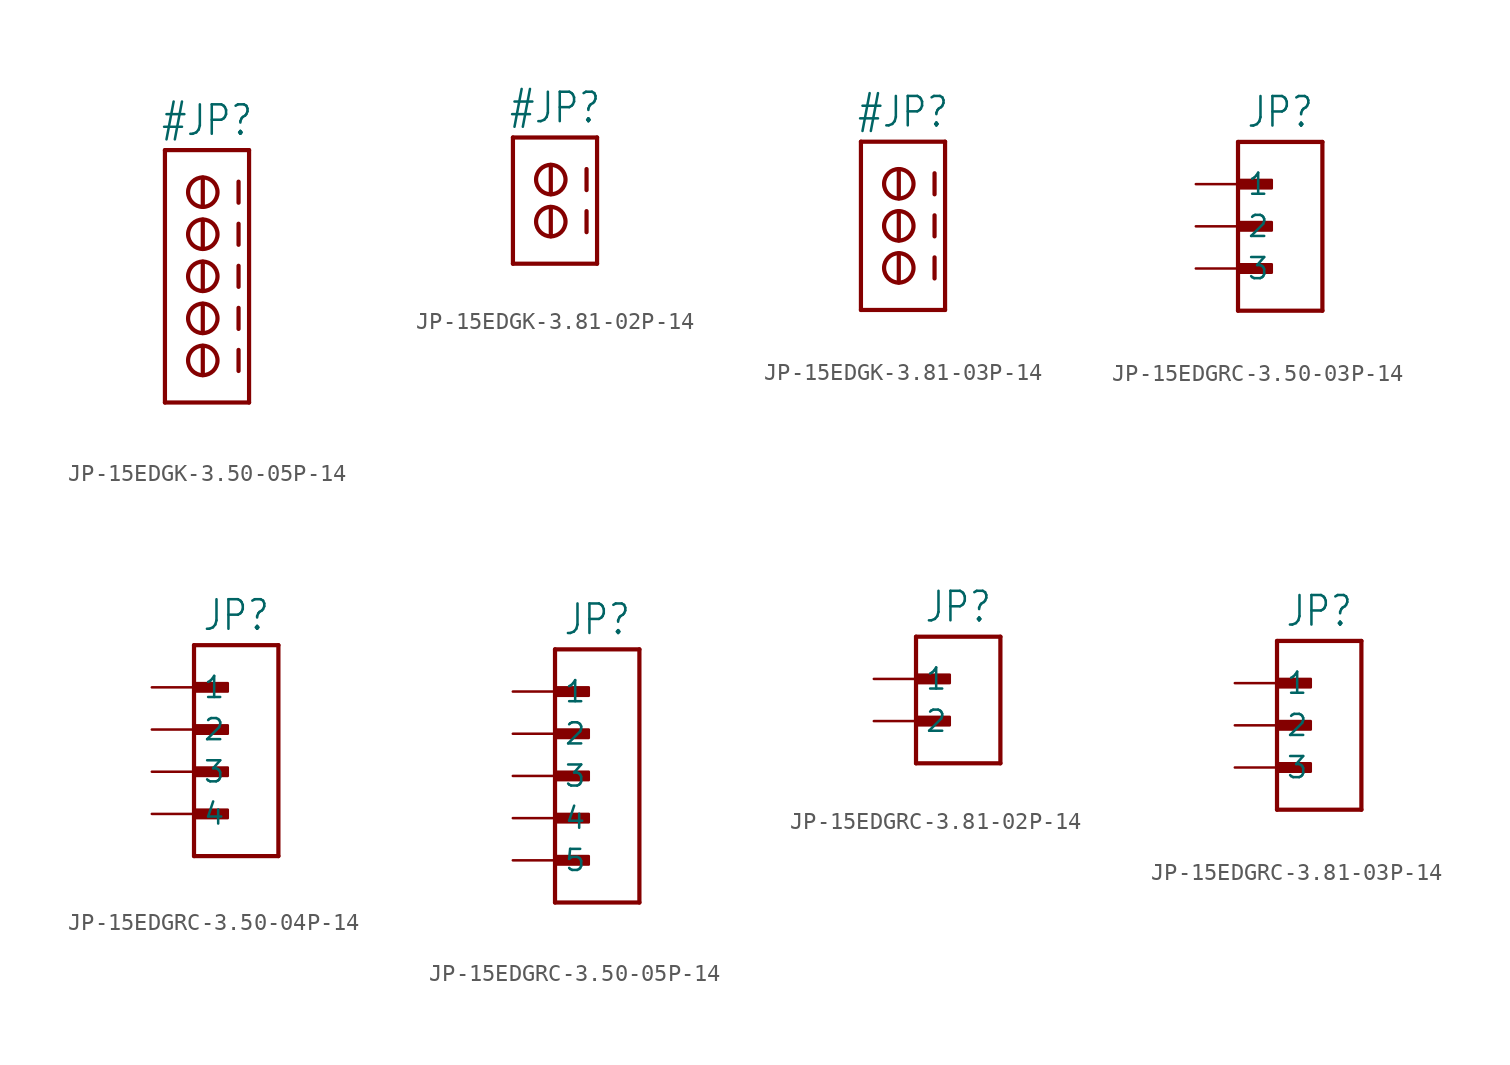
<source format=kicad_sym>
(kicad_symbol_lib
  (version 20231120)
  (generator "kicad_symbol_editor")
  (generator_version "8.0")
  (symbol "JP-15EDGK-3.50-05P-14"
    (property "Reference" "#JP"
      (at 0 8.382 0)
      (effects (font (size 1.778 1.511)) (justify bottom)))
    (property "Value" ""
      (at 0 -8.382 0)
      (effects (font (size 1.778 1.511)) (justify top)))
    (property "ki_locked" ""
      (at 0 0 0)
      (effects (font (size 1.27 1.27))))
    (symbol "JP-15EDGK-3.50-05P-14_1_0"
      (circle (center -0.254 -5.08) (radius 0.889) (stroke (width 0.254) (type solid)) (fill (type none)))
      (circle (center -0.254 -2.54) (radius 0.889) (stroke (width 0.254) (type solid)) (fill (type none)))
      (circle (center -0.254 0) (radius 0.889) (stroke (width 0.254) (type solid)) (fill (type none)))
      (circle (center -0.254 2.54) (radius 0.889) (stroke (width 0.254) (type solid)) (fill (type none)))
      (circle (center -0.254 5.08) (radius 0.889) (stroke (width 0.254) (type solid)) (fill (type none)))
      (polyline (pts (xy -2.54 -7.62) (xy -2.54 7.62)) (stroke (width 0.254) (type solid)) (fill (type none)))
      (polyline (pts (xy -2.54 7.62) (xy 2.54 7.62)) (stroke (width 0.254) (type solid)) (fill (type none)))
      (polyline (pts (xy -0.254 -4.191) (xy -0.254 -5.969)) (stroke (width 0.254) (type solid)) (fill (type none)))
      (polyline (pts (xy -0.254 -1.651) (xy -0.254 -3.429)) (stroke (width 0.254) (type solid)) (fill (type none)))
      (polyline (pts (xy -0.254 0.889) (xy -0.254 -0.889)) (stroke (width 0.254) (type solid)) (fill (type none)))
      (polyline (pts (xy -0.254 3.429) (xy -0.254 1.651)) (stroke (width 0.254) (type solid)) (fill (type none)))
      (polyline (pts (xy -0.254 5.969) (xy -0.254 4.191)) (stroke (width 0.254) (type solid)) (fill (type none)))
      (polyline (pts (xy 1.905 -4.445) (xy 1.905 -5.715)) (stroke (width 0.254) (type solid)) (fill (type none)))
      (polyline (pts (xy 1.905 -1.905) (xy 1.905 -3.175)) (stroke (width 0.254) (type solid)) (fill (type none)))
      (polyline (pts (xy 1.905 0.635) (xy 1.905 -0.635)) (stroke (width 0.254) (type solid)) (fill (type none)))
      (polyline (pts (xy 1.905 3.175) (xy 1.905 1.905)) (stroke (width 0.254) (type solid)) (fill (type none)))
      (polyline (pts (xy 1.905 5.715) (xy 1.905 4.445)) (stroke (width 0.254) (type solid)) (fill (type none)))
      (polyline (pts (xy 2.54 -7.62) (xy -2.54 -7.62)) (stroke (width 0.254) (type solid)) (fill (type none)))
      (polyline (pts (xy 2.54 7.62) (xy 2.54 -7.62)) (stroke (width 0.254) (type solid)) (fill (type none)))))
  (symbol "JP-15EDGK-3.81-02P-14"
    (property "Reference" "#JP"
      (at 0 3.302 0)
      (effects (font (size 1.778 1.511)) (justify bottom)))
    (property "Value" ""
      (at 0 -5.842 0)
      (effects (font (size 1.778 1.511)) (justify top)))
    (property "ki_locked" ""
      (at 0 0 0)
      (effects (font (size 1.27 1.27))))
    (symbol "JP-15EDGK-3.81-02P-14_1_0"
      (circle (center -0.254 -2.54) (radius 0.889) (stroke (width 0.254) (type solid)) (fill (type none)))
      (circle (center -0.254 0) (radius 0.889) (stroke (width 0.254) (type solid)) (fill (type none)))
      (polyline (pts (xy -2.54 -5.08) (xy -2.54 2.54)) (stroke (width 0.254) (type solid)) (fill (type none)))
      (polyline (pts (xy -2.54 2.54) (xy 2.54 2.54)) (stroke (width 0.254) (type solid)) (fill (type none)))
      (polyline (pts (xy -0.254 -1.651) (xy -0.254 -3.429)) (stroke (width 0.254) (type solid)) (fill (type none)))
      (polyline (pts (xy -0.254 0.889) (xy -0.254 -0.889)) (stroke (width 0.254) (type solid)) (fill (type none)))
      (polyline (pts (xy 1.905 -1.905) (xy 1.905 -3.175)) (stroke (width 0.254) (type solid)) (fill (type none)))
      (polyline (pts (xy 1.905 0.635) (xy 1.905 -0.635)) (stroke (width 0.254) (type solid)) (fill (type none)))
      (polyline (pts (xy 2.54 -5.08) (xy -2.54 -5.08)) (stroke (width 0.254) (type solid)) (fill (type none)))
      (polyline (pts (xy 2.54 2.54) (xy 2.54 -5.08)) (stroke (width 0.254) (type solid)) (fill (type none)))))
  (symbol "JP-15EDGK-3.81-03P-14"
    (property "Reference" "#JP"
      (at 0 5.842 0)
      (effects (font (size 1.778 1.511)) (justify bottom)))
    (property "Value" ""
      (at 0 -5.842 0)
      (effects (font (size 1.778 1.511)) (justify top)))
    (property "ki_locked" ""
      (at 0 0 0)
      (effects (font (size 1.27 1.27))))
    (symbol "JP-15EDGK-3.81-03P-14_1_0"
      (circle (center -0.254 -2.54) (radius 0.889) (stroke (width 0.254) (type solid)) (fill (type none)))
      (circle (center -0.254 0) (radius 0.889) (stroke (width 0.254) (type solid)) (fill (type none)))
      (circle (center -0.254 2.54) (radius 0.889) (stroke (width 0.254) (type solid)) (fill (type none)))
      (polyline (pts (xy -2.54 -5.08) (xy -2.54 5.08)) (stroke (width 0.254) (type solid)) (fill (type none)))
      (polyline (pts (xy -2.54 5.08) (xy 2.54 5.08)) (stroke (width 0.254) (type solid)) (fill (type none)))
      (polyline (pts (xy -0.254 -1.651) (xy -0.254 -3.429)) (stroke (width 0.254) (type solid)) (fill (type none)))
      (polyline (pts (xy -0.254 0.889) (xy -0.254 -0.889)) (stroke (width 0.254) (type solid)) (fill (type none)))
      (polyline (pts (xy -0.254 3.429) (xy -0.254 1.651)) (stroke (width 0.254) (type solid)) (fill (type none)))
      (polyline (pts (xy 1.905 -1.905) (xy 1.905 -3.175)) (stroke (width 0.254) (type solid)) (fill (type none)))
      (polyline (pts (xy 1.905 0.635) (xy 1.905 -0.635)) (stroke (width 0.254) (type solid)) (fill (type none)))
      (polyline (pts (xy 1.905 3.175) (xy 1.905 1.905)) (stroke (width 0.254) (type solid)) (fill (type none)))
      (polyline (pts (xy 2.54 -5.08) (xy -2.54 -5.08)) (stroke (width 0.254) (type solid)) (fill (type none)))
      (polyline (pts (xy 2.54 5.08) (xy 2.54 -5.08)) (stroke (width 0.254) (type solid)) (fill (type none)))))
  (symbol "JP-15EDGRC-3.50-03P-14"
    (property "Reference" "JP"
      (at 0 5.842 0)
      (effects (font (size 1.778 1.511)) (justify bottom)))
    (property "Value" ""
      (at 0 -5.842 0)
      (effects (font (size 1.778 1.511)) (justify top)))
    (property "ki_locked" ""
      (at 0 0 0)
      (effects (font (size 1.27 1.27))))
    (symbol "JP-15EDGRC-3.50-03P-14_1_0"
      (rectangle (start -2.54 -2.794) (end -0.508 -2.286) (stroke (width 0) (type default)) (fill (type outline)))
      (rectangle (start -2.54 -0.254) (end -0.508 0.254) (stroke (width 0) (type default)) (fill (type outline)))
      (rectangle (start -2.54 2.286) (end -0.508 2.794) (stroke (width 0) (type default)) (fill (type outline)))
      (polyline (pts (xy -2.54 -5.08) (xy -2.54 5.08)) (stroke (width 0.254) (type solid)) (fill (type none)))
      (polyline (pts (xy -2.54 5.08) (xy 2.54 5.08)) (stroke (width 0.254) (type solid)) (fill (type none)))
      (polyline (pts (xy 2.54 -5.08) (xy -2.54 -5.08)) (stroke (width 0.254) (type solid)) (fill (type none)))
      (polyline (pts (xy 2.54 5.08) (xy 2.54 -5.08)) (stroke (width 0.254) (type solid)) (fill (type none)))
      (pin passive line (at -5.08 2.54 0) (length 2.54) (name "1" (effects (font (size 1.27 1.27)))) (number "1" (effects (font (size 0 0)))))
      (pin passive line (at -5.08 0 0) (length 2.54) (name "2" (effects (font (size 1.27 1.27)))) (number "2" (effects (font (size 0 0)))))
      (pin passive line (at -5.08 -2.54 0) (length 2.54) (name "3" (effects (font (size 1.27 1.27)))) (number "3" (effects (font (size 0 0)))))))
  (symbol "JP-15EDGRC-3.50-04P-14"
    (property "Reference" "JP"
      (at 0 8.382 0)
      (effects (font (size 1.778 1.511)) (justify bottom)))
    (property "Value" ""
      (at 0 -5.842 0)
      (effects (font (size 1.778 1.511)) (justify top)))
    (property "ki_locked" ""
      (at 0 0 0)
      (effects (font (size 1.27 1.27))))
    (symbol "JP-15EDGRC-3.50-04P-14_1_0"
      (rectangle (start -2.54 -2.794) (end -0.508 -2.286) (stroke (width 0) (type default)) (fill (type outline)))
      (rectangle (start -2.54 -0.254) (end -0.508 0.254) (stroke (width 0) (type default)) (fill (type outline)))
      (rectangle (start -2.54 2.286) (end -0.508 2.794) (stroke (width 0) (type default)) (fill (type outline)))
      (rectangle (start -2.54 4.826) (end -0.508 5.334) (stroke (width 0) (type default)) (fill (type outline)))
      (polyline (pts (xy -2.54 -5.08) (xy -2.54 7.62)) (stroke (width 0.254) (type solid)) (fill (type none)))
      (polyline (pts (xy -2.54 7.62) (xy 2.54 7.62)) (stroke (width 0.254) (type solid)) (fill (type none)))
      (polyline (pts (xy 2.54 -5.08) (xy -2.54 -5.08)) (stroke (width 0.254) (type solid)) (fill (type none)))
      (polyline (pts (xy 2.54 7.62) (xy 2.54 -5.08)) (stroke (width 0.254) (type solid)) (fill (type none)))
      (pin passive line (at -5.08 5.08 0) (length 2.54) (name "1" (effects (font (size 1.27 1.27)))) (number "1" (effects (font (size 0 0)))))
      (pin passive line (at -5.08 2.54 0) (length 2.54) (name "2" (effects (font (size 1.27 1.27)))) (number "2" (effects (font (size 0 0)))))
      (pin passive line (at -5.08 0 0) (length 2.54) (name "3" (effects (font (size 1.27 1.27)))) (number "3" (effects (font (size 0 0)))))
      (pin passive line (at -5.08 -2.54 0) (length 2.54) (name "4" (effects (font (size 1.27 1.27)))) (number "4" (effects (font (size 0 0)))))))
  (symbol "JP-15EDGRC-3.50-05P-14"
    (property "Reference" "JP"
      (at 0 8.382 0)
      (effects (font (size 1.778 1.511)) (justify bottom)))
    (property "Value" ""
      (at 0 -8.382 0)
      (effects (font (size 1.778 1.511)) (justify top)))
    (property "ki_locked" ""
      (at 0 0 0)
      (effects (font (size 1.27 1.27))))
    (symbol "JP-15EDGRC-3.50-05P-14_1_0"
      (rectangle (start -2.54 -5.334) (end -0.508 -4.826) (stroke (width 0) (type default)) (fill (type outline)))
      (rectangle (start -2.54 -2.794) (end -0.508 -2.286) (stroke (width 0) (type default)) (fill (type outline)))
      (rectangle (start -2.54 -0.254) (end -0.508 0.254) (stroke (width 0) (type default)) (fill (type outline)))
      (rectangle (start -2.54 2.286) (end -0.508 2.794) (stroke (width 0) (type default)) (fill (type outline)))
      (rectangle (start -2.54 4.826) (end -0.508 5.334) (stroke (width 0) (type default)) (fill (type outline)))
      (polyline (pts (xy -2.54 -7.62) (xy -2.54 7.62)) (stroke (width 0.254) (type solid)) (fill (type none)))
      (polyline (pts (xy -2.54 7.62) (xy 2.54 7.62)) (stroke (width 0.254) (type solid)) (fill (type none)))
      (polyline (pts (xy 2.54 -7.62) (xy -2.54 -7.62)) (stroke (width 0.254) (type solid)) (fill (type none)))
      (polyline (pts (xy 2.54 7.62) (xy 2.54 -7.62)) (stroke (width 0.254) (type solid)) (fill (type none)))
      (pin passive line (at -5.08 5.08 0) (length 2.54) (name "1" (effects (font (size 1.27 1.27)))) (number "1" (effects (font (size 0 0)))))
      (pin passive line (at -5.08 2.54 0) (length 2.54) (name "2" (effects (font (size 1.27 1.27)))) (number "2" (effects (font (size 0 0)))))
      (pin passive line (at -5.08 0 0) (length 2.54) (name "3" (effects (font (size 1.27 1.27)))) (number "3" (effects (font (size 0 0)))))
      (pin passive line (at -5.08 -2.54 0) (length 2.54) (name "4" (effects (font (size 1.27 1.27)))) (number "4" (effects (font (size 0 0)))))
      (pin passive line (at -5.08 -5.08 0) (length 2.54) (name "5" (effects (font (size 1.27 1.27)))) (number "5" (effects (font (size 0 0)))))))
  (symbol "JP-15EDGRC-3.81-02P-14"
    (property "Reference" "JP"
      (at 0 3.302 0)
      (effects (font (size 1.778 1.511)) (justify bottom)))
    (property "Value" ""
      (at 0 -5.842 0)
      (effects (font (size 1.778 1.511)) (justify top)))
    (property "ki_locked" ""
      (at 0 0 0)
      (effects (font (size 1.27 1.27))))
    (symbol "JP-15EDGRC-3.81-02P-14_1_0"
      (rectangle (start -2.54 -2.794) (end -0.508 -2.286) (stroke (width 0) (type default)) (fill (type outline)))
      (rectangle (start -2.54 -0.254) (end -0.508 0.254) (stroke (width 0) (type default)) (fill (type outline)))
      (polyline (pts (xy -2.54 -5.08) (xy -2.54 2.54)) (stroke (width 0.254) (type solid)) (fill (type none)))
      (polyline (pts (xy -2.54 2.54) (xy 2.54 2.54)) (stroke (width 0.254) (type solid)) (fill (type none)))
      (polyline (pts (xy 2.54 -5.08) (xy -2.54 -5.08)) (stroke (width 0.254) (type solid)) (fill (type none)))
      (polyline (pts (xy 2.54 2.54) (xy 2.54 -5.08)) (stroke (width 0.254) (type solid)) (fill (type none)))
      (pin passive line (at -5.08 0 0) (length 2.54) (name "1" (effects (font (size 1.27 1.27)))) (number "1" (effects (font (size 0 0)))))
      (pin passive line (at -5.08 -2.54 0) (length 2.54) (name "2" (effects (font (size 1.27 1.27)))) (number "2" (effects (font (size 0 0)))))))
  (symbol "JP-15EDGRC-3.81-03P-14"
    (property "Reference" "JP"
      (at 0 5.842 0)
      (effects (font (size 1.778 1.511)) (justify bottom)))
    (property "Value" ""
      (at 0 -5.842 0)
      (effects (font (size 1.778 1.511)) (justify top)))
    (property "ki_locked" ""
      (at 0 0 0)
      (effects (font (size 1.27 1.27))))
    (symbol "JP-15EDGRC-3.81-03P-14_1_0"
      (rectangle (start -2.54 -2.794) (end -0.508 -2.286) (stroke (width 0) (type default)) (fill (type outline)))
      (rectangle (start -2.54 -0.254) (end -0.508 0.254) (stroke (width 0) (type default)) (fill (type outline)))
      (rectangle (start -2.54 2.286) (end -0.508 2.794) (stroke (width 0) (type default)) (fill (type outline)))
      (polyline (pts (xy -2.54 -5.08) (xy -2.54 5.08)) (stroke (width 0.254) (type solid)) (fill (type none)))
      (polyline (pts (xy -2.54 5.08) (xy 2.54 5.08)) (stroke (width 0.254) (type solid)) (fill (type none)))
      (polyline (pts (xy 2.54 -5.08) (xy -2.54 -5.08)) (stroke (width 0.254) (type solid)) (fill (type none)))
      (polyline (pts (xy 2.54 5.08) (xy 2.54 -5.08)) (stroke (width 0.254) (type solid)) (fill (type none)))
      (pin passive line (at -5.08 2.54 0) (length 2.54) (name "1" (effects (font (size 1.27 1.27)))) (number "1" (effects (font (size 0 0)))))
      (pin passive line (at -5.08 0 0) (length 2.54) (name "2" (effects (font (size 1.27 1.27)))) (number "2" (effects (font (size 0 0)))))
      (pin passive line (at -5.08 -2.54 0) (length 2.54) (name "3" (effects (font (size 1.27 1.27)))) (number "3" (effects (font (size 0 0))))))))
</source>
